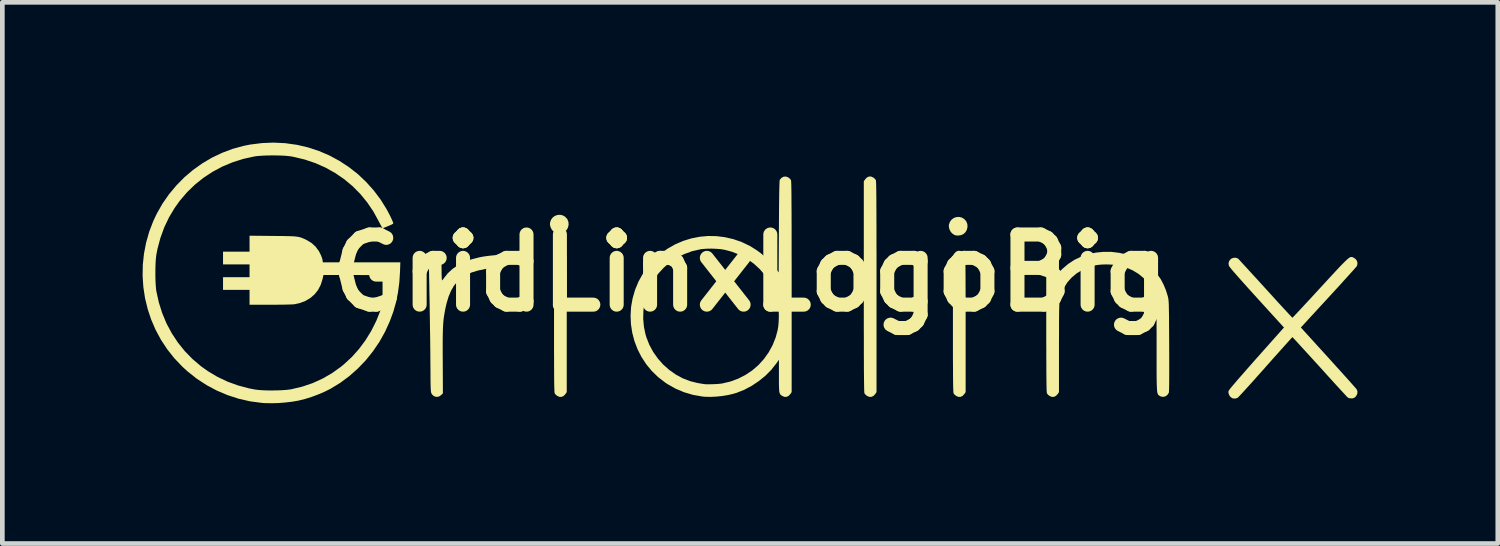
<source format=kicad_pcb>
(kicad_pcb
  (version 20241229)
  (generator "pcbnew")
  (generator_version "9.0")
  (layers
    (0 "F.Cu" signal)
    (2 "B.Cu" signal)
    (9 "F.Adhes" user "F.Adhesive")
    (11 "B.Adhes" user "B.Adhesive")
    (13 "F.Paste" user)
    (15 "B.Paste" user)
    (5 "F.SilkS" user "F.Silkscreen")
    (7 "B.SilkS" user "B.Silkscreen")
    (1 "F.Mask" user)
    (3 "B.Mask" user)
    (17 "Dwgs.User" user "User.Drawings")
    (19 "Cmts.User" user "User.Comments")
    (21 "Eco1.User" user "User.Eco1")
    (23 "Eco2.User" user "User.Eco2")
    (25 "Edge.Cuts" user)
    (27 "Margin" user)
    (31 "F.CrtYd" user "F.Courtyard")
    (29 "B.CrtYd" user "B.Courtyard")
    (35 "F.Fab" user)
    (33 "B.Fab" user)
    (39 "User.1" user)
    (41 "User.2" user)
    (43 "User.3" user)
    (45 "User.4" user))
  (footprint "GridLinxLogoBig"
    (layer "F.Cu")
    (at 12.996 2.787)
    (property "Reference" "GridLinxLogoBig" (at 0 0 0) (layer "F.SilkS") (effects (font (size 1.5 1.5) (thickness 0.3))))
    (attr board_only exclude_from_pos_files exclude_from_bom)
    (fp_poly (pts (xy -4.01 -1.231) (xy -3.959 -1.201) (xy -3.916 -1.154) (xy -3.912 -1.148) (xy -3.889 -1.091) (xy -3.885 -1.03) (xy -3.899 -0.97) (xy -3.929 -0.916) (xy -3.973 -0.875) (xy -3.975 -0.874) (xy -4.026 -0.853) (xy -4.086 -0.844) (xy -4.142 -0.85) (xy -4.149 -0.852) (xy -4.199 -0.878) (xy -4.241 -0.921) (xy -4.27 -0.974) (xy -4.284 -1.032) (xy -4.282 -1.077) (xy -4.261 -1.138) (xy -4.225 -1.186) (xy -4.178 -1.22) (xy -4.124 -1.239) (xy -4.067 -1.243)) (stroke (width 0) (type solid)) (fill yes) (layer "F.SilkS"))
    (fp_poly (pts (xy 4.521 -1.185) (xy 4.572 -1.156) (xy 4.615 -1.109) (xy 4.619 -1.103) (xy 4.642 -1.046) (xy 4.646 -0.984) (xy 4.632 -0.924) (xy 4.602 -0.871) (xy 4.557 -0.83) (xy 4.556 -0.829) (xy 4.505 -0.808) (xy 4.445 -0.799) (xy 4.389 -0.804) (xy 4.382 -0.806) (xy 4.332 -0.833) (xy 4.29 -0.875) (xy 4.261 -0.928) (xy 4.247 -0.987) (xy 4.248 -1.031) (xy 4.27 -1.093) (xy 4.306 -1.141) (xy 4.353 -1.175) (xy 4.407 -1.194) (xy 4.464 -1.198)) (stroke (width 0) (type solid)) (fill yes) (layer "F.SilkS"))
    (fp_poly (pts (xy -4.04 -0.472) (xy -3.992 -0.451) (xy -3.963 -0.427) (xy -3.942 -0.401) (xy -3.94 -0.397) (xy -3.938 -0.388) (xy -3.936 -0.37) (xy -3.934 -0.342) (xy -3.932 -0.303) (xy -3.931 -0.251) (xy -3.93 -0.186) (xy -3.929 -0.108) (xy -3.928 -0.014) (xy -3.927 0.096) (xy -3.927 0.223) (xy -3.926 0.368) (xy -3.926 0.532) (xy -3.925 0.716) (xy -3.925 0.92) (xy -3.925 1.09) (xy -3.925 2.549) (xy -3.951 2.588) (xy -3.99 2.63) (xy -4.035 2.651) (xy -4.083 2.65) (xy -4.13 2.629) (xy -4.159 2.605) (xy -4.181 2.579) (xy -4.183 2.575) (xy -4.185 2.566) (xy -4.187 2.548) (xy -4.189 2.52) (xy -4.19 2.481) (xy -4.192 2.429) (xy -4.193 2.365) (xy -4.194 2.286) (xy -4.195 2.192) (xy -4.195 2.082) (xy -4.196 1.955) (xy -4.196 1.81) (xy -4.197 1.646) (xy -4.197 1.463) (xy -4.197 1.258) (xy -4.197 1.088) (xy -4.197 -0.371) (xy -4.172 -0.409) (xy -4.132 -0.452) (xy -4.088 -0.473)) (stroke (width 0) (type solid)) (fill yes) (layer "F.SilkS"))
    (fp_poly (pts (xy 4.491 -0.472) (xy 4.539 -0.451) (xy 4.567 -0.427) (xy 4.589 -0.401) (xy 4.591 -0.397) (xy 4.593 -0.388) (xy 4.595 -0.37) (xy 4.597 -0.342) (xy 4.599 -0.303) (xy 4.6 -0.251) (xy 4.601 -0.186) (xy 4.602 -0.108) (xy 4.603 -0.014) (xy 4.604 0.096) (xy 4.604 0.223) (xy 4.605 0.368) (xy 4.605 0.532) (xy 4.605 0.716) (xy 4.606 0.92) (xy 4.606 1.09) (xy 4.606 2.549) (xy 4.58 2.588) (xy 4.541 2.63) (xy 4.496 2.651) (xy 4.448 2.65) (xy 4.401 2.629) (xy 4.372 2.605) (xy 4.35 2.579) (xy 4.348 2.575) (xy 4.346 2.566) (xy 4.344 2.548) (xy 4.342 2.52) (xy 4.341 2.481) (xy 4.339 2.429) (xy 4.338 2.365) (xy 4.337 2.286) (xy 4.336 2.192) (xy 4.336 2.082) (xy 4.335 1.955) (xy 4.334 1.81) (xy 4.334 1.646) (xy 4.334 1.463) (xy 4.334 1.258) (xy 4.334 1.088) (xy 4.334 -0.371) (xy 4.359 -0.409) (xy 4.398 -0.452) (xy 4.443 -0.473)) (stroke (width 0) (type solid)) (fill yes) (layer "F.SilkS"))
    (fp_poly (pts (xy 2.585 -2.061) (xy 2.633 -2.039) (xy 2.662 -2.015) (xy 2.683 -1.989) (xy 2.685 -1.985) (xy 2.687 -1.977) (xy 2.689 -1.961) (xy 2.69 -1.935) (xy 2.692 -1.898) (xy 2.693 -1.851) (xy 2.694 -1.791) (xy 2.695 -1.719) (xy 2.696 -1.633) (xy 2.697 -1.533) (xy 2.697 -1.418) (xy 2.698 -1.287) (xy 2.698 -1.139) (xy 2.699 -0.974) (xy 2.699 -0.79) (xy 2.699 -0.587) (xy 2.7 -0.365) (xy 2.7 -0.121) (xy 2.7 0.143) (xy 2.7 0.296) (xy 2.7 2.549) (xy 2.674 2.588) (xy 2.635 2.63) (xy 2.59 2.651) (xy 2.543 2.65) (xy 2.495 2.629) (xy 2.466 2.605) (xy 2.445 2.579) (xy 2.442 2.575) (xy 2.44 2.567) (xy 2.439 2.551) (xy 2.437 2.525) (xy 2.436 2.488) (xy 2.435 2.441) (xy 2.434 2.381) (xy 2.433 2.309) (xy 2.432 2.223) (xy 2.431 2.123) (xy 2.43 2.008) (xy 2.43 1.877) (xy 2.429 1.729) (xy 2.429 1.563) (xy 2.429 1.38) (xy 2.428 1.177) (xy 2.428 0.954) (xy 2.428 0.711) (xy 2.428 0.446) (xy 2.428 0.294) (xy 2.428 -1.959) (xy 2.454 -1.998) (xy 2.493 -2.04) (xy 2.537 -2.061)) (stroke (width 0) (type solid)) (fill yes) (layer "F.SilkS"))
    (fp_poly (pts (xy -5.384 -0.379) (xy -5.355 -0.375) (xy -5.352 -0.374) (xy -5.304 -0.339) (xy -5.275 -0.295) (xy -5.266 -0.248) (xy -5.277 -0.199) (xy -5.309 -0.153) (xy -5.315 -0.147) (xy -5.329 -0.137) (xy -5.349 -0.128) (xy -5.379 -0.121) (xy -5.423 -0.115) (xy -5.484 -0.108) (xy -5.493 -0.107) (xy -5.667 -0.084) (xy -5.821 -0.052) (xy -5.956 -0.011) (xy -6.074 0.042) (xy -6.176 0.106) (xy -6.264 0.183) (xy -6.338 0.275) (xy -6.4 0.382) (xy -6.452 0.506) (xy -6.495 0.648) (xy -6.522 0.768) (xy -6.533 0.828) (xy -6.543 0.884) (xy -6.552 0.939) (xy -6.559 0.994) (xy -6.565 1.052) (xy -6.569 1.115) (xy -6.573 1.185) (xy -6.575 1.265) (xy -6.577 1.356) (xy -6.578 1.461) (xy -6.578 1.583) (xy -6.578 1.722) (xy -6.577 1.88) (xy -6.574 2.575) (xy -6.609 2.61) (xy -6.654 2.642) (xy -6.703 2.652) (xy -6.752 2.641) (xy -6.773 2.63) (xy -6.806 2.598) (xy -6.825 2.563) (xy -6.829 2.538) (xy -6.833 2.491) (xy -6.836 2.422) (xy -6.838 2.332) (xy -6.839 2.221) (xy -6.839 2.144) (xy -6.84 2.052) (xy -6.841 1.939) (xy -6.842 1.81) (xy -6.843 1.667) (xy -6.845 1.513) (xy -6.847 1.351) (xy -6.85 1.184) (xy -6.852 1.015) (xy -6.855 0.846) (xy -6.857 0.682) (xy -6.86 0.524) (xy -6.863 0.375) (xy -6.865 0.239) (xy -6.868 0.119) (xy -6.869 0.04) (xy -6.876 -0.244) (xy -6.841 -0.286) (xy -6.798 -0.322) (xy -6.751 -0.338) (xy -6.702 -0.332) (xy -6.655 -0.305) (xy -6.631 -0.281) (xy -6.621 -0.269) (xy -6.613 -0.256) (xy -6.608 -0.239) (xy -6.605 -0.215) (xy -6.603 -0.179) (xy -6.603 -0.129) (xy -6.602 -0.061) (xy -6.602 -0.045) (xy -6.602 0.021) (xy -6.6 0.077) (xy -6.598 0.121) (xy -6.595 0.15) (xy -6.593 0.159) (xy -6.581 0.15) (xy -6.563 0.128) (xy -6.551 0.111) (xy -6.469 0.007) (xy -6.368 -0.086) (xy -6.249 -0.167) (xy -6.112 -0.235) (xy -5.96 -0.291) (xy -5.791 -0.334) (xy -5.729 -0.346) (xy -5.645 -0.359) (xy -5.564 -0.369) (xy -5.492 -0.376) (xy -5.431 -0.38)) (stroke (width 0) (type solid)) (fill yes) (layer "F.SilkS"))
    (fp_poly (pts (xy 6.488 -0.472) (xy 6.535 -0.451) (xy 6.559 -0.433) (xy 6.576 -0.414) (xy 6.588 -0.391) (xy 6.596 -0.358) (xy 6.6 -0.314) (xy 6.602 -0.253) (xy 6.602 -0.191) (xy 6.602 -0.014) (xy 6.679 -0.09) (xy 6.8 -0.193) (xy 6.934 -0.28) (xy 7.079 -0.349) (xy 7.233 -0.4) (xy 7.393 -0.435) (xy 7.557 -0.451) (xy 7.723 -0.45) (xy 7.889 -0.43) (xy 8.052 -0.392) (xy 8.211 -0.335) (xy 8.363 -0.26) (xy 8.403 -0.237) (xy 8.48 -0.183) (xy 8.56 -0.115) (xy 8.638 -0.04) (xy 8.709 0.039) (xy 8.766 0.115) (xy 8.785 0.145) (xy 8.84 0.251) (xy 8.889 0.369) (xy 8.927 0.491) (xy 8.935 0.522) (xy 8.938 0.539) (xy 8.942 0.557) (xy 8.944 0.58) (xy 8.947 0.608) (xy 8.949 0.643) (xy 8.951 0.686) (xy 8.952 0.738) (xy 8.953 0.803) (xy 8.955 0.88) (xy 8.956 0.972) (xy 8.956 1.08) (xy 8.957 1.205) (xy 8.958 1.349) (xy 8.959 1.515) (xy 8.959 1.57) (xy 8.96 1.757) (xy 8.96 1.922) (xy 8.96 2.066) (xy 8.96 2.189) (xy 8.959 2.294) (xy 8.959 2.38) (xy 8.957 2.449) (xy 8.956 2.501) (xy 8.954 2.537) (xy 8.952 2.559) (xy 8.95 2.565) (xy 8.921 2.61) (xy 8.88 2.639) (xy 8.833 2.651) (xy 8.784 2.644) (xy 8.76 2.632) (xy 8.748 2.625) (xy 8.737 2.617) (xy 8.728 2.609) (xy 8.72 2.598) (xy 8.713 2.583) (xy 8.707 2.563) (xy 8.702 2.535) (xy 8.699 2.499) (xy 8.696 2.453) (xy 8.694 2.396) (xy 8.692 2.325) (xy 8.691 2.241) (xy 8.69 2.141) (xy 8.69 2.023) (xy 8.69 1.887) (xy 8.69 1.73) (xy 8.69 1.607) (xy 8.69 1.433) (xy 8.69 1.281) (xy 8.689 1.148) (xy 8.689 1.033) (xy 8.688 0.934) (xy 8.687 0.85) (xy 8.685 0.778) (xy 8.682 0.718) (xy 8.679 0.668) (xy 8.676 0.625) (xy 8.671 0.589) (xy 8.666 0.558) (xy 8.659 0.53) (xy 8.652 0.504) (xy 8.643 0.477) (xy 8.634 0.449) (xy 8.634 0.449) (xy 8.579 0.325) (xy 8.504 0.211) (xy 8.412 0.11) (xy 8.304 0.021) (xy 8.181 -0.054) (xy 8.045 -0.113) (xy 7.897 -0.156) (xy 7.879 -0.16) (xy 7.799 -0.172) (xy 7.707 -0.179) (xy 7.61 -0.182) (xy 7.515 -0.179) (xy 7.43 -0.171) (xy 7.388 -0.164) (xy 7.239 -0.123) (xy 7.103 -0.065) (xy 6.981 0.009) (xy 6.874 0.098) (xy 6.783 0.2) (xy 6.71 0.316) (xy 6.656 0.443) (xy 6.62 0.582) (xy 6.62 0.584) (xy 6.617 0.605) (xy 6.614 0.631) (xy 6.611 0.662) (xy 6.609 0.701) (xy 6.608 0.749) (xy 6.606 0.807) (xy 6.605 0.877) (xy 6.604 0.961) (xy 6.603 1.061) (xy 6.603 1.176) (xy 6.603 1.31) (xy 6.602 1.464) (xy 6.602 1.616) (xy 6.602 2.549) (xy 6.577 2.588) (xy 6.537 2.63) (xy 6.493 2.651) (xy 6.445 2.65) (xy 6.397 2.629) (xy 6.368 2.605) (xy 6.347 2.579) (xy 6.345 2.575) (xy 6.343 2.566) (xy 6.341 2.548) (xy 6.339 2.52) (xy 6.337 2.481) (xy 6.336 2.429) (xy 6.335 2.365) (xy 6.334 2.286) (xy 6.333 2.192) (xy 6.332 2.082) (xy 6.332 1.955) (xy 6.331 1.81) (xy 6.331 1.646) (xy 6.33 1.463) (xy 6.33 1.258) (xy 6.33 1.088) (xy 6.33 -0.371) (xy 6.356 -0.409) (xy 6.395 -0.452) (xy 6.44 -0.473)) (stroke (width 0) (type solid)) (fill yes) (layer "F.SilkS"))
    (fp_poly (pts (xy 12.871 -0.339) (xy 12.885 -0.335) (xy 12.897 -0.33) (xy 12.942 -0.301) (xy 12.973 -0.261) (xy 12.986 -0.215) (xy 12.981 -0.168) (xy 12.969 -0.142) (xy 12.958 -0.128) (xy 12.932 -0.099) (xy 12.894 -0.055) (xy 12.843 0.001) (xy 12.782 0.069) (xy 12.711 0.147) (xy 12.632 0.235) (xy 12.545 0.33) (xy 12.452 0.431) (xy 12.354 0.538) (xy 12.252 0.649) (xy 12.147 0.763) (xy 12.041 0.878) (xy 11.934 0.994) (xy 11.887 1.046) (xy 11.775 1.167) (xy 12.361 1.811) (xy 12.455 1.915) (xy 12.544 2.014) (xy 12.629 2.107) (xy 12.707 2.194) (xy 12.777 2.272) (xy 12.838 2.34) (xy 12.889 2.398) (xy 12.928 2.442) (xy 12.955 2.473) (xy 12.968 2.489) (xy 12.969 2.49) (xy 12.986 2.536) (xy 12.982 2.585) (xy 12.959 2.631) (xy 12.945 2.648) (xy 12.918 2.67) (xy 12.891 2.681) (xy 12.854 2.683) (xy 12.813 2.68) (xy 12.784 2.668) (xy 12.768 2.655) (xy 12.755 2.642) (xy 12.729 2.613) (xy 12.69 2.571) (xy 12.639 2.516) (xy 12.579 2.45) (xy 12.509 2.374) (xy 12.432 2.289) (xy 12.348 2.197) (xy 12.26 2.099) (xy 12.169 1.999) (xy 12.077 1.898) (xy 11.99 1.802) (xy 11.908 1.713) (xy 11.833 1.631) (xy 11.766 1.558) (xy 11.709 1.495) (xy 11.662 1.444) (xy 11.626 1.406) (xy 11.603 1.382) (xy 11.594 1.373) (xy 11.594 1.373) (xy 11.586 1.381) (xy 11.564 1.405) (xy 11.529 1.444) (xy 11.483 1.495) (xy 11.426 1.558) (xy 11.36 1.632) (xy 11.286 1.715) (xy 11.205 1.805) (xy 11.119 1.902) (xy 11.028 2.004) (xy 11.021 2.013) (xy 10.929 2.116) (xy 10.841 2.214) (xy 10.759 2.307) (xy 10.682 2.392) (xy 10.613 2.468) (xy 10.553 2.534) (xy 10.502 2.589) (xy 10.463 2.631) (xy 10.437 2.658) (xy 10.424 2.67) (xy 10.424 2.67) (xy 10.379 2.686) (xy 10.328 2.685) (xy 10.306 2.678) (xy 10.269 2.651) (xy 10.241 2.611) (xy 10.226 2.564) (xy 10.228 2.526) (xy 10.237 2.511) (xy 10.26 2.48) (xy 10.298 2.433) (xy 10.351 2.371) (xy 10.418 2.292) (xy 10.501 2.197) (xy 10.598 2.086) (xy 10.711 1.958) (xy 10.824 1.83) (xy 11.414 1.167) (xy 11.308 1.051) (xy 11.152 0.88) (xy 11.011 0.725) (xy 10.884 0.585) (xy 10.77 0.46) (xy 10.669 0.348) (xy 10.581 0.25) (xy 10.504 0.164) (xy 10.438 0.09) (xy 10.383 0.027) (xy 10.337 -0.025) (xy 10.301 -0.068) (xy 10.273 -0.102) (xy 10.253 -0.128) (xy 10.241 -0.146) (xy 10.235 -0.158) (xy 10.235 -0.158) (xy 10.228 -0.209) (xy 10.243 -0.257) (xy 10.277 -0.297) (xy 10.291 -0.307) (xy 10.334 -0.323) (xy 10.38 -0.325) (xy 10.422 -0.312) (xy 10.434 -0.304) (xy 10.444 -0.294) (xy 10.469 -0.268) (xy 10.506 -0.227) (xy 10.555 -0.174) (xy 10.614 -0.11) (xy 10.682 -0.035) (xy 10.758 0.048) (xy 10.841 0.138) (xy 10.929 0.235) (xy 11.02 0.335) (xy 11.111 0.435) (xy 11.199 0.531) (xy 11.28 0.621) (xy 11.355 0.702) (xy 11.422 0.775) (xy 11.48 0.837) (xy 11.527 0.888) (xy 11.563 0.926) (xy 11.586 0.95) (xy 11.595 0.959) (xy 11.595 0.959) (xy 11.603 0.95) (xy 11.626 0.927) (xy 11.662 0.889) (xy 11.71 0.838) (xy 11.768 0.776) (xy 11.835 0.704) (xy 11.911 0.622) (xy 11.994 0.533) (xy 12.082 0.437) (xy 12.175 0.336) (xy 12.189 0.321) (xy 12.302 0.198) (xy 12.4 0.091) (xy 12.486 -0.001) (xy 12.559 -0.08) (xy 12.621 -0.146) (xy 12.674 -0.2) (xy 12.718 -0.244) (xy 12.754 -0.278) (xy 12.783 -0.304) (xy 12.807 -0.322) (xy 12.827 -0.334) (xy 12.844 -0.34) (xy 12.858 -0.341)) (stroke (width 0) (type solid)) (fill yes) (layer "F.SilkS"))
    (fp_poly (pts (xy 0.808 -2.045) (xy 0.817 -2.04) (xy 0.846 -2.016) (xy 0.867 -1.99) (xy 0.87 -1.985) (xy 0.872 -1.977) (xy 0.874 -1.961) (xy 0.875 -1.935) (xy 0.877 -1.898) (xy 0.878 -1.851) (xy 0.879 -1.791) (xy 0.88 -1.719) (xy 0.881 -1.633) (xy 0.881 -1.533) (xy 0.882 -1.418) (xy 0.883 -1.287) (xy 0.883 -1.139) (xy 0.884 -0.974) (xy 0.884 -0.79) (xy 0.884 -0.587) (xy 0.884 -0.365) (xy 0.885 -0.121) (xy 0.885 0.143) (xy 0.885 0.296) (xy 0.885 2.549) (xy 0.859 2.588) (xy 0.82 2.63) (xy 0.775 2.651) (xy 0.727 2.65) (xy 0.68 2.629) (xy 0.662 2.616) (xy 0.647 2.603) (xy 0.636 2.588) (xy 0.627 2.567) (xy 0.621 2.539) (xy 0.617 2.5) (xy 0.615 2.449) (xy 0.613 2.383) (xy 0.613 2.298) (xy 0.613 2.202) (xy 0.613 1.857) (xy 0.554 1.94) (xy 0.447 2.075) (xy 0.322 2.2) (xy 0.181 2.314) (xy 0.03 2.415) (xy -0.128 2.499) (xy -0.291 2.564) (xy -0.365 2.586) (xy -0.477 2.612) (xy -0.598 2.632) (xy -0.723 2.645) (xy -0.845 2.651) (xy -0.957 2.649) (xy -1.025 2.643) (xy -1.225 2.608) (xy -1.415 2.552) (xy -1.595 2.476) (xy -1.766 2.38) (xy -1.818 2.346) (xy -1.971 2.228) (xy -2.107 2.096) (xy -2.226 1.951) (xy -2.328 1.795) (xy -2.412 1.63) (xy -2.477 1.458) (xy -2.524 1.28) (xy -2.552 1.097) (xy -2.557 0.979) (xy -2.29 0.979) (xy -2.275 1.149) (xy -2.241 1.313) (xy -2.223 1.374) (xy -2.159 1.537) (xy -2.076 1.69) (xy -1.976 1.832) (xy -1.862 1.96) (xy -1.734 2.074) (xy -1.595 2.172) (xy -1.446 2.253) (xy -1.289 2.314) (xy -1.125 2.355) (xy -1.1 2.359) (xy -1.057 2.366) (xy -1.021 2.372) (xy -1 2.376) (xy -0.998 2.376) (xy -0.964 2.38) (xy -0.913 2.382) (xy -0.851 2.381) (xy -0.783 2.379) (xy -0.716 2.376) (xy -0.655 2.371) (xy -0.606 2.365) (xy -0.6 2.364) (xy -0.425 2.323) (xy -0.258 2.261) (xy -0.102 2.181) (xy 0.043 2.084) (xy 0.175 1.97) (xy 0.292 1.841) (xy 0.393 1.699) (xy 0.478 1.544) (xy 0.544 1.378) (xy 0.585 1.225) (xy 0.599 1.142) (xy 0.607 1.045) (xy 0.611 0.941) (xy 0.609 0.838) (xy 0.602 0.745) (xy 0.596 0.703) (xy 0.555 0.525) (xy 0.494 0.357) (xy 0.415 0.199) (xy 0.318 0.053) (xy 0.205 -0.079) (xy 0.077 -0.197) (xy -0.065 -0.299) (xy -0.22 -0.384) (xy -0.386 -0.451) (xy -0.545 -0.494) (xy -0.628 -0.508) (xy -0.725 -0.516) (xy -0.829 -0.52) (xy -0.931 -0.518) (xy -1.025 -0.511) (xy -1.067 -0.505) (xy -1.243 -0.465) (xy -1.41 -0.404) (xy -1.568 -0.325) (xy -1.714 -0.229) (xy -1.847 -0.116) (xy -1.965 0.012) (xy -2.068 0.153) (xy -2.153 0.307) (xy -2.22 0.471) (xy -2.222 0.476) (xy -2.263 0.638) (xy -2.286 0.807) (xy -2.29 0.979) (xy -2.557 0.979) (xy -2.56 0.912) (xy -2.549 0.726) (xy -2.516 0.542) (xy -2.463 0.359) (xy -2.389 0.181) (xy -2.381 0.167) (xy -2.285 -0.004) (xy -2.172 -0.158) (xy -2.046 -0.297) (xy -1.908 -0.42) (xy -1.759 -0.525) (xy -1.6 -0.614) (xy -1.434 -0.685) (xy -1.262 -0.738) (xy -1.085 -0.773) (xy -0.904 -0.79) (xy -0.723 -0.787) (xy -0.541 -0.764) (xy -0.36 -0.722) (xy -0.182 -0.66) (xy -0.009 -0.577) (xy 0.139 -0.485) (xy 0.229 -0.418) (xy 0.323 -0.336) (xy 0.413 -0.248) (xy 0.494 -0.158) (xy 0.533 -0.109) (xy 0.607 -0.011) (xy 0.613 -0.99) (xy 0.614 -1.177) (xy 0.615 -1.342) (xy 0.616 -1.486) (xy 0.618 -1.611) (xy 0.619 -1.716) (xy 0.621 -1.803) (xy 0.623 -1.872) (xy 0.625 -1.925) (xy 0.627 -1.962) (xy 0.629 -1.984) (xy 0.631 -1.991) (xy 0.667 -2.033) (xy 0.711 -2.057) (xy 0.759 -2.062)) (stroke (width 0) (type solid)) (fill yes) (layer "F.SilkS"))
    (fp_poly (pts (xy -9.946 -2.775) (xy -9.699 -2.74) (xy -9.696 -2.74) (xy -9.456 -2.684) (xy -9.223 -2.607) (xy -8.999 -2.511) (xy -8.785 -2.395) (xy -8.581 -2.261) (xy -8.39 -2.111) (xy -8.213 -1.943) (xy -8.05 -1.761) (xy -7.903 -1.565) (xy -7.773 -1.355) (xy -7.708 -1.231) (xy -7.682 -1.177) (xy -7.66 -1.129) (xy -7.644 -1.092) (xy -7.636 -1.069) (xy -7.635 -1.064) (xy -7.637 -1.057) (xy -7.647 -1.048) (xy -7.666 -1.037) (xy -7.697 -1.022) (xy -7.743 -1.003) (xy -7.806 -0.977) (xy -7.858 -0.957) (xy -7.867 -0.964) (xy -7.885 -0.99) (xy -7.908 -1.031) (xy -7.936 -1.085) (xy -7.945 -1.102) (xy -8.06 -1.313) (xy -8.193 -1.509) (xy -8.342 -1.691) (xy -8.506 -1.856) (xy -8.685 -2.005) (xy -8.878 -2.137) (xy -9.083 -2.252) (xy -9.3 -2.348) (xy -9.528 -2.425) (xy -9.766 -2.482) (xy -9.819 -2.492) (xy -9.883 -2.5) (xy -9.965 -2.507) (xy -10.06 -2.511) (xy -10.161 -2.513) (xy -10.266 -2.513) (xy -10.367 -2.511) (xy -10.461 -2.506) (xy -10.541 -2.5) (xy -10.601 -2.492) (xy -10.842 -2.439) (xy -11.072 -2.366) (xy -11.292 -2.274) (xy -11.501 -2.162) (xy -11.697 -2.033) (xy -11.88 -1.886) (xy -12.049 -1.722) (xy -12.203 -1.541) (xy -12.311 -1.39) (xy -12.432 -1.187) (xy -12.534 -0.973) (xy -12.616 -0.747) (xy -12.679 -0.51) (xy -12.702 -0.391) (xy -12.71 -0.327) (xy -12.717 -0.245) (xy -12.721 -0.15) (xy -12.723 -0.049) (xy -12.723 0.056) (xy -12.721 0.157) (xy -12.716 0.251) (xy -12.71 0.332) (xy -12.702 0.391) (xy -12.649 0.632) (xy -12.576 0.862) (xy -12.484 1.083) (xy -12.372 1.291) (xy -12.243 1.487) (xy -12.096 1.67) (xy -11.932 1.839) (xy -11.751 1.993) (xy -11.6 2.101) (xy -11.397 2.222) (xy -11.183 2.324) (xy -10.957 2.406) (xy -10.72 2.469) (xy -10.601 2.492) (xy -10.527 2.502) (xy -10.436 2.509) (xy -10.333 2.513) (xy -10.224 2.514) (xy -10.115 2.512) (xy -10.01 2.508) (xy -9.915 2.501) (xy -9.835 2.491) (xy -9.812 2.487) (xy -9.581 2.432) (xy -9.36 2.357) (xy -9.149 2.261) (xy -8.947 2.145) (xy -8.756 2.008) (xy -8.69 1.954) (xy -8.52 1.797) (xy -8.365 1.623) (xy -8.226 1.435) (xy -8.103 1.234) (xy -7.997 1.022) (xy -7.909 0.801) (xy -7.84 0.572) (xy -7.792 0.338) (xy -7.772 0.183) (xy -7.767 0.133) (xy -7.763 0.092) (xy -7.76 0.064) (xy -7.76 0.056) (xy -7.771 0.054) (xy -7.803 0.052) (xy -7.854 0.05) (xy -7.923 0.049) (xy -8.009 0.048) (xy -8.108 0.047) (xy -8.221 0.046) (xy -8.344 0.045) (xy -8.444 0.045) (xy -9.128 0.045) (xy -9.148 0.133) (xy -9.187 0.255) (xy -9.243 0.363) (xy -9.317 0.457) (xy -9.407 0.535) (xy -9.512 0.598) (xy -9.631 0.644) (xy -9.745 0.669) (xy -9.773 0.672) (xy -9.82 0.674) (xy -9.885 0.676) (xy -9.963 0.678) (xy -10.051 0.679) (xy -10.148 0.68) (xy -10.249 0.681) (xy -10.264 0.681) (xy -10.709 0.681) (xy -10.709 0.522) (xy -10.709 0.363) (xy -10.993 0.363) (xy -11.276 0.363) (xy -11.276 0.227) (xy -11.276 0.091) (xy -10.993 0.091) (xy -10.709 0.091) (xy -10.709 -0.045) (xy -10.709 -0.182) (xy -10.993 -0.182) (xy -11.276 -0.182) (xy -11.276 -0.318) (xy -11.276 -0.454) (xy -10.993 -0.454) (xy -10.709 -0.454) (xy -10.709 -0.625) (xy -10.709 -0.796) (xy -10.213 -0.791) (xy -10.086 -0.79) (xy -9.98 -0.789) (xy -9.892 -0.787) (xy -9.819 -0.785) (xy -9.758 -0.782) (xy -9.709 -0.777) (xy -9.667 -0.771) (xy -9.631 -0.763) (xy -9.597 -0.752) (xy -9.565 -0.739) (xy -9.53 -0.724) (xy -9.491 -0.705) (xy -9.485 -0.702) (xy -9.384 -0.641) (xy -9.299 -0.564) (xy -9.229 -0.47) (xy -9.203 -0.422) (xy -9.18 -0.373) (xy -9.162 -0.326) (xy -9.15 -0.287) (xy -9.149 -0.278) (xy -9.141 -0.227) (xy -8.312 -0.227) (xy -7.484 -0.227) (xy -7.491 -0.026) (xy -7.506 0.205) (xy -7.535 0.421) (xy -7.577 0.629) (xy -7.635 0.832) (xy -7.709 1.033) (xy -7.811 1.258) (xy -7.931 1.473) (xy -8.07 1.677) (xy -8.224 1.869) (xy -8.394 2.046) (xy -8.576 2.207) (xy -8.77 2.351) (xy -8.975 2.476) (xy -8.988 2.483) (xy -9.109 2.543) (xy -9.243 2.6) (xy -9.382 2.652) (xy -9.52 2.695) (xy -9.648 2.727) (xy -9.654 2.729) (xy -9.792 2.753) (xy -9.941 2.771) (xy -10.095 2.783) (xy -10.245 2.787) (xy -10.385 2.784) (xy -10.45 2.779) (xy -10.699 2.746) (xy -10.943 2.69) (xy -11.18 2.613) (xy -11.409 2.516) (xy -11.628 2.399) (xy -11.837 2.263) (xy -12.034 2.107) (xy -12.148 2.003) (xy -12.319 1.823) (xy -12.471 1.631) (xy -12.604 1.429) (xy -12.718 1.217) (xy -12.813 0.997) (xy -12.888 0.771) (xy -12.944 0.54) (xy -12.98 0.304) (xy -12.996 0.066) (xy -12.992 -0.172) (xy -12.967 -0.411) (xy -12.921 -0.648) (xy -12.855 -0.882) (xy -12.767 -1.111) (xy -12.692 -1.269) (xy -12.571 -1.482) (xy -12.431 -1.683) (xy -12.275 -1.87) (xy -12.105 -2.043) (xy -11.92 -2.2) (xy -11.723 -2.341) (xy -11.515 -2.464) (xy -11.297 -2.568) (xy -11.071 -2.653) (xy -10.837 -2.717) (xy -10.698 -2.745) (xy -10.444 -2.777) (xy -10.194 -2.787)) (stroke (width 0) (type solid)) (fill yes) (layer "F.SilkS")))
  (gr_rect
    (start -3 -3)
    (end 28.983 8.574)
    (stroke (width 0.1) (type default))
    (fill no)
    (layer "Edge.Cuts")))
</source>
